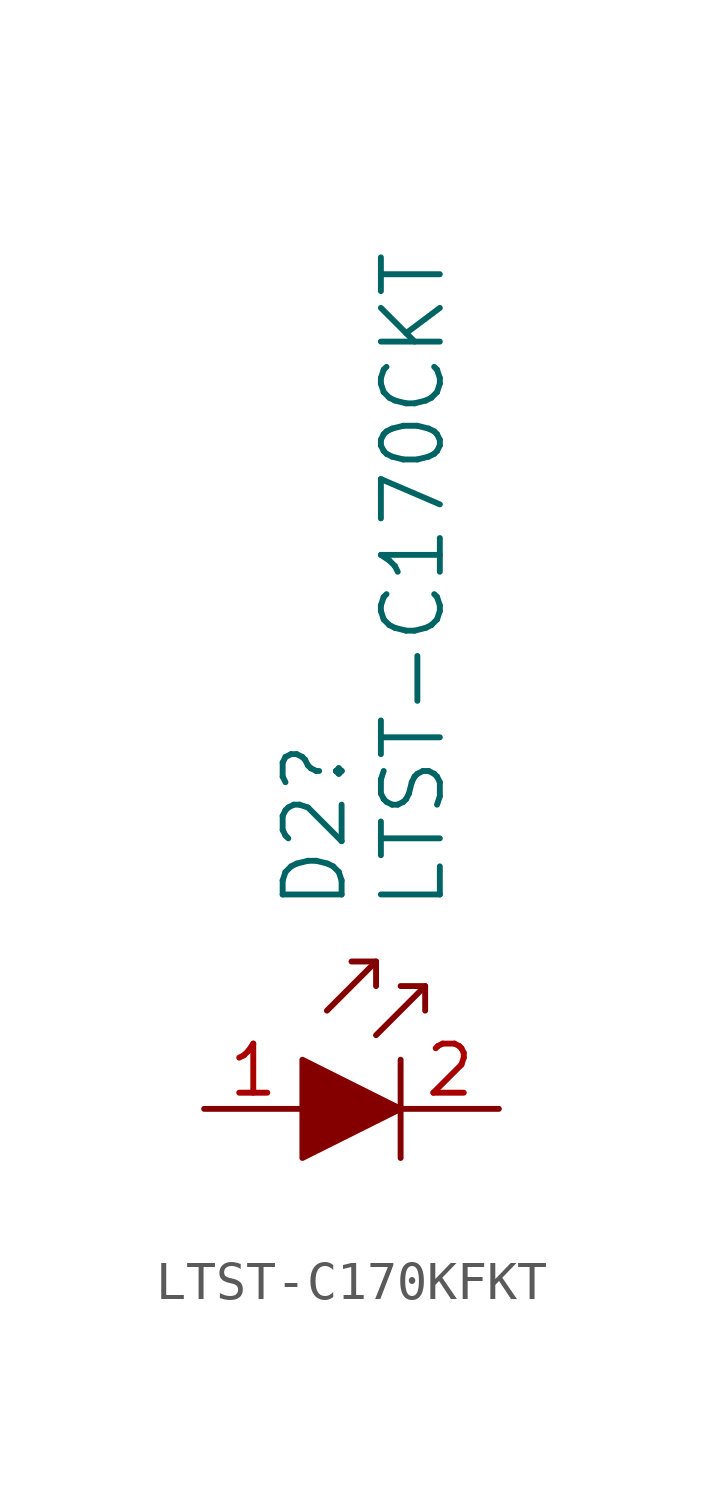
<source format=kicad_sym>
(kicad_symbol_lib
  (version 20231120)
  (generator "kicad_symbol_editor")
  (generator_version "8.0")
  (symbol "LTST-C170KFKT"
    (pin_names
      (offset 0))
    (property "Reference" "D2"
      (at -2.223 5.08 90)
      (effects (font (size 1.524 1.524)) (justify left)))
    (property "Value" "LTST-C170CKT"
      (at 0.317 5.08 90)
      (effects (font (size 1.524 1.524)) (justify left)))
    (symbol "LTST-C170KFKT_0_1"
      (polyline (pts (xy -0.635 3.81) (xy -1.905 2.54)) (stroke (width 0) (type solid)) (fill (type none)))
      (polyline (pts (xy 0 1.27) (xy 0 -1.27)) (stroke (width 0) (type solid)) (fill (type none)))
      (polyline (pts (xy 0.635 3.175) (xy -0.635 1.905)) (stroke (width 0) (type solid)) (fill (type none)))
      (polyline (pts (xy -1.27 3.81) (xy -0.635 3.81) (xy -0.635 3.175)) (stroke (width 0) (type solid)) (fill (type none)))
      (polyline (pts (xy 0 3.175) (xy 0.635 3.175) (xy 0.635 2.54)) (stroke (width 0) (type solid)) (fill (type none)))
      (polyline (pts (xy -2.54 1.27) (xy -2.54 -1.27) (xy 0 0) (xy -2.54 1.27)) (stroke (width 0) (type solid)) (fill (type outline))))
    (symbol "LTST-C170KFKT_1_1"
      (pin passive line (at -5.08 0 0) (length 2.54) (name "~" (effects (font (size 1.27 1.27)))) (number "1" (effects (font (size 1.27 1.27)))))
      (pin passive line (at 2.54 0 180) (length 2.54) (name "~" (effects (font (size 1.27 1.27)))) (number "2" (effects (font (size 1.27 1.27))))))))
</source>
